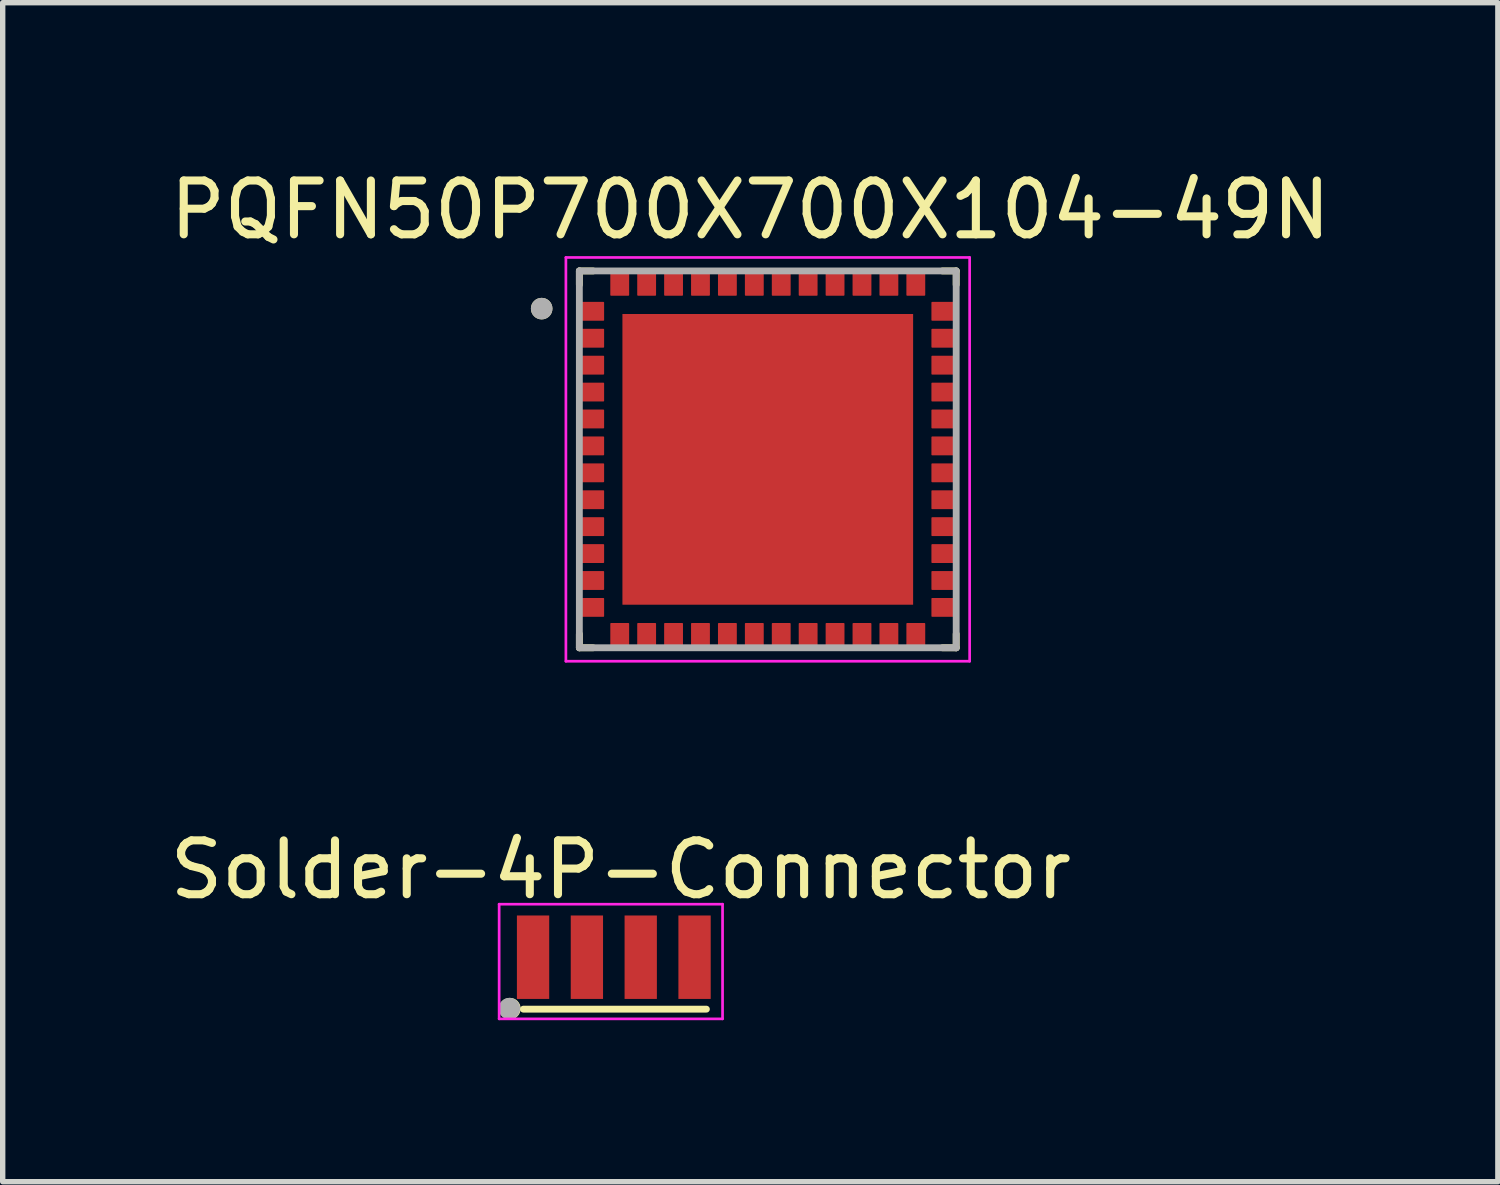
<source format=kicad_pcb>
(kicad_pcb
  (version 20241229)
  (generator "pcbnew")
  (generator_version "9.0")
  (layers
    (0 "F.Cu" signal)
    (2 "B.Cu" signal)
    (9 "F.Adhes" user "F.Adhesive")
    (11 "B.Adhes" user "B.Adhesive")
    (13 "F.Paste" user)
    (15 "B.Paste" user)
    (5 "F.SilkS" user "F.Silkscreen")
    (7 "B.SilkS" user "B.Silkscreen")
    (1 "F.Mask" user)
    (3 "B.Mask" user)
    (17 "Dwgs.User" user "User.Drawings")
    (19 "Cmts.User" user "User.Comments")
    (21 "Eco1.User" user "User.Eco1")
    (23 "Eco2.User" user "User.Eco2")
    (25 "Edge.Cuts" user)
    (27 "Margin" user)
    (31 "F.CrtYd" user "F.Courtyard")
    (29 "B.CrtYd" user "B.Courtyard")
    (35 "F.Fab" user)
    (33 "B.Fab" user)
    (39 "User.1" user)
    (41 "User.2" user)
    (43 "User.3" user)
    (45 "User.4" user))
  (footprint "Solder-4P-Connector"
    (layer "F.Cu")
    (at 8.322 14.716)
    (property "Reference" "Solder-4P-Connector" (at 0.16 -1.61 0) (layer "F.SilkS") (effects (font (size 1 1) (thickness 0.15))))
    (attr through_hole)
    (fp_line (start -1.65 0.98) (end 1.75 0.98) (stroke (width 0.127) (type solid)) (layer "F.SilkS"))
    (fp_circle (center -1.9 0.97) (end -1.8 0.97) (stroke (width 0.2) (type solid)) (fill no) (layer "F.SilkS"))
    (fp_line (start -2.1 -0.97) (end 2.05 -0.97) (stroke (width 0.05) (type solid)) (layer "F.CrtYd"))
    (fp_line (start -2.1 1.16) (end -2.1 -0.97) (stroke (width 0.05) (type solid)) (layer "F.CrtYd"))
    (fp_line (start 2.05 -0.97) (end 2.05 1.16) (stroke (width 0.05) (type solid)) (layer "F.CrtYd"))
    (fp_line (start 2.05 1.16) (end -2.1 1.16) (stroke (width 0.05) (type solid)) (layer "F.CrtYd"))
    (fp_circle (center -1.91 0.97) (end -1.81 0.97) (stroke (width 0.2) (type solid)) (fill no) (layer "F.Fab"))
    (pad "1" smd rect (at -1.47 0.015) (size 0.6 1.55) (layers "F.Cu" "F.Mask" "F.Paste"))
    (pad "2" smd rect (at -0.47 0.015) (size 0.6 1.55) (layers "F.Cu" "F.Mask" "F.Paste"))
    (pad "3" smd rect (at 0.53 0.015) (size 0.6 1.55) (layers "F.Cu" "F.Mask" "F.Paste"))
    (pad "4" smd rect (at 1.53 0.015) (size 0.6 1.55) (layers "F.Cu" "F.Mask" "F.Paste")))
  (footprint "PQFN50P700X700X104-49N"
    (layer "F.Cu")
    (at 11.212 5.483)
    (property "Reference" "PQFN50P700X700X104-49N" (at -0.325 -4.635 0) (layer "F.SilkS") (effects (font (size 1 1) (thickness 0.15))))
    (attr through_hole)
    (fp_line (start -3.5 -3.5) (end -3.245 -3.5) (stroke (width 0.127) (type solid)) (layer "F.SilkS"))
    (fp_line (start -3.5 -3.245) (end -3.5 -3.5) (stroke (width 0.127) (type solid)) (layer "F.SilkS"))
    (fp_line (start -3.5 3.245) (end -3.5 3.5) (stroke (width 0.127) (type solid)) (layer "F.SilkS"))
    (fp_line (start -3.5 3.5) (end -3.245 3.5) (stroke (width 0.127) (type solid)) (layer "F.SilkS"))
    (fp_line (start 3.5 -3.5) (end 3.245 -3.5) (stroke (width 0.127) (type solid)) (layer "F.SilkS"))
    (fp_line (start 3.5 -3.245) (end 3.5 -3.5) (stroke (width 0.127) (type solid)) (layer "F.SilkS"))
    (fp_line (start 3.5 3.245) (end 3.5 3.5) (stroke (width 0.127) (type solid)) (layer "F.SilkS"))
    (fp_line (start 3.5 3.5) (end 3.245 3.5) (stroke (width 0.127) (type solid)) (layer "F.SilkS"))
    (fp_circle (center -4.2 -2.8) (end -4.1 -2.8) (stroke (width 0.2) (type solid)) (fill no) (layer "F.SilkS"))
    (fp_poly (pts (xy -2.305 -2.305) (xy -0.395 -2.305) (xy -0.395 -0.395) (xy -2.305 -0.395)) (stroke (width 0.01) (type solid)) (fill yes) (layer "F.Paste"))
    (fp_poly (pts (xy -2.305 0.395) (xy -0.395 0.395) (xy -0.395 2.305) (xy -2.305 2.305)) (stroke (width 0.01) (type solid)) (fill yes) (layer "F.Paste"))
    (fp_poly (pts (xy 0.395 -2.305) (xy 2.305 -2.305) (xy 2.305 -0.395) (xy 0.395 -0.395)) (stroke (width 0.01) (type solid)) (fill yes) (layer "F.Paste"))
    (fp_poly (pts (xy 0.395 0.395) (xy 2.305 0.395) (xy 2.305 2.305) (xy 0.395 2.305)) (stroke (width 0.01) (type solid)) (fill yes) (layer "F.Paste"))
    (fp_line (start -3.75 -3.75) (end -3.75 3.75) (stroke (width 0.05) (type solid)) (layer "F.CrtYd"))
    (fp_line (start -3.75 3.75) (end 3.75 3.75) (stroke (width 0.05) (type solid)) (layer "F.CrtYd"))
    (fp_line (start 3.75 -3.75) (end -3.75 -3.75) (stroke (width 0.05) (type solid)) (layer "F.CrtYd"))
    (fp_line (start 3.75 3.75) (end 3.75 -3.75) (stroke (width 0.05) (type solid)) (layer "F.CrtYd"))
    (fp_line (start -3.5 -3.5) (end 3.5 -3.5) (stroke (width 0.127) (type solid)) (layer "F.Fab"))
    (fp_line (start -3.5 3.5) (end -3.5 -3.5) (stroke (width 0.127) (type solid)) (layer "F.Fab"))
    (fp_line (start 3.5 -3.5) (end 3.5 3.5) (stroke (width 0.127) (type solid)) (layer "F.Fab"))
    (fp_line (start 3.5 3.5) (end -3.5 3.5) (stroke (width 0.127) (type solid)) (layer "F.Fab"))
    (fp_circle (center -4.2 -2.8) (end -4.1 -2.8) (stroke (width 0.2) (type solid)) (fill no) (layer "F.Fab"))
    (pad "1" smd roundrect (at -3.265 -2.75 180) (size 0.45 0.35) (layers "F.Cu" "F.Mask" "F.Paste") (roundrect_rratio 0.04))
    (pad "2" smd roundrect (at -3.265 -2.25 180) (size 0.45 0.35) (layers "F.Cu" "F.Mask" "F.Paste") (roundrect_rratio 0.04))
    (pad "3" smd roundrect (at -3.265 -1.75 180) (size 0.45 0.35) (layers "F.Cu" "F.Mask" "F.Paste") (roundrect_rratio 0.04))
    (pad "4" smd roundrect (at -3.265 -1.25 180) (size 0.45 0.35) (layers "F.Cu" "F.Mask" "F.Paste") (roundrect_rratio 0.04))
    (pad "5" smd roundrect (at -3.265 -0.75 180) (size 0.45 0.35) (layers "F.Cu" "F.Mask" "F.Paste") (roundrect_rratio 0.04))
    (pad "6" smd roundrect (at -3.265 -0.25 180) (size 0.45 0.35) (layers "F.Cu" "F.Mask" "F.Paste") (roundrect_rratio 0.04))
    (pad "7" smd roundrect (at -3.265 0.25 180) (size 0.45 0.35) (layers "F.Cu" "F.Mask" "F.Paste") (roundrect_rratio 0.04))
    (pad "8" smd roundrect (at -3.265 0.75 180) (size 0.45 0.35) (layers "F.Cu" "F.Mask" "F.Paste") (roundrect_rratio 0.04))
    (pad "9" smd roundrect (at -3.265 1.25 180) (size 0.45 0.35) (layers "F.Cu" "F.Mask" "F.Paste") (roundrect_rratio 0.04))
    (pad "10" smd roundrect (at -3.265 1.75 180) (size 0.45 0.35) (layers "F.Cu" "F.Mask" "F.Paste") (roundrect_rratio 0.04))
    (pad "11" smd roundrect (at -3.265 2.25 180) (size 0.45 0.35) (layers "F.Cu" "F.Mask" "F.Paste") (roundrect_rratio 0.04))
    (pad "12" smd roundrect (at -3.265 2.75 180) (size 0.45 0.35) (layers "F.Cu" "F.Mask" "F.Paste") (roundrect_rratio 0.04))
    (pad "13" smd roundrect (at -2.75 3.265 270) (size 0.45 0.35) (layers "F.Cu" "F.Mask" "F.Paste") (roundrect_rratio 0.04))
    (pad "14" smd roundrect (at -2.25 3.265 270) (size 0.45 0.35) (layers "F.Cu" "F.Mask" "F.Paste") (roundrect_rratio 0.04))
    (pad "15" smd roundrect (at -1.75 3.265 270) (size 0.45 0.35) (layers "F.Cu" "F.Mask" "F.Paste") (roundrect_rratio 0.04))
    (pad "16" smd roundrect (at -1.25 3.265 270) (size 0.45 0.35) (layers "F.Cu" "F.Mask" "F.Paste") (roundrect_rratio 0.04))
    (pad "17" smd roundrect (at -0.75 3.265 270) (size 0.45 0.35) (layers "F.Cu" "F.Mask" "F.Paste") (roundrect_rratio 0.04))
    (pad "18" smd roundrect (at -0.25 3.265 270) (size 0.45 0.35) (layers "F.Cu" "F.Mask" "F.Paste") (roundrect_rratio 0.04))
    (pad "19" smd roundrect (at 0.25 3.265 270) (size 0.45 0.35) (layers "F.Cu" "F.Mask" "F.Paste") (roundrect_rratio 0.04))
    (pad "20" smd roundrect (at 0.75 3.265 270) (size 0.45 0.35) (layers "F.Cu" "F.Mask" "F.Paste") (roundrect_rratio 0.04))
    (pad "21" smd roundrect (at 1.25 3.265 270) (size 0.45 0.35) (layers "F.Cu" "F.Mask" "F.Paste") (roundrect_rratio 0.04))
    (pad "22" smd roundrect (at 1.75 3.265 270) (size 0.45 0.35) (layers "F.Cu" "F.Mask" "F.Paste") (roundrect_rratio 0.04))
    (pad "23" smd roundrect (at 2.25 3.265 270) (size 0.45 0.35) (layers "F.Cu" "F.Mask" "F.Paste") (roundrect_rratio 0.04))
    (pad "24" smd roundrect (at 2.75 3.265 270) (size 0.45 0.35) (layers "F.Cu" "F.Mask" "F.Paste") (roundrect_rratio 0.04))
    (pad "25" smd roundrect (at 3.265 2.75) (size 0.45 0.35) (layers "F.Cu" "F.Mask" "F.Paste") (roundrect_rratio 0.04))
    (pad "26" smd roundrect (at 3.265 2.25) (size 0.45 0.35) (layers "F.Cu" "F.Mask" "F.Paste") (roundrect_rratio 0.04))
    (pad "27" smd roundrect (at 3.265 1.75) (size 0.45 0.35) (layers "F.Cu" "F.Mask" "F.Paste") (roundrect_rratio 0.04))
    (pad "28" smd roundrect (at 3.265 1.25) (size 0.45 0.35) (layers "F.Cu" "F.Mask" "F.Paste") (roundrect_rratio 0.04))
    (pad "29" smd roundrect (at 3.265 0.75) (size 0.45 0.35) (layers "F.Cu" "F.Mask" "F.Paste") (roundrect_rratio 0.04))
    (pad "30" smd roundrect (at 3.265 0.25) (size 0.45 0.35) (layers "F.Cu" "F.Mask" "F.Paste") (roundrect_rratio 0.04))
    (pad "31" smd roundrect (at 3.265 -0.25) (size 0.45 0.35) (layers "F.Cu" "F.Mask" "F.Paste") (roundrect_rratio 0.04))
    (pad "32" smd roundrect (at 3.265 -0.75) (size 0.45 0.35) (layers "F.Cu" "F.Mask" "F.Paste") (roundrect_rratio 0.04))
    (pad "33" smd roundrect (at 3.265 -1.25) (size 0.45 0.35) (layers "F.Cu" "F.Mask" "F.Paste") (roundrect_rratio 0.04))
    (pad "34" smd roundrect (at 3.265 -1.75) (size 0.45 0.35) (layers "F.Cu" "F.Mask" "F.Paste") (roundrect_rratio 0.04))
    (pad "35" smd roundrect (at 3.265 -2.25) (size 0.45 0.35) (layers "F.Cu" "F.Mask" "F.Paste") (roundrect_rratio 0.04))
    (pad "36" smd roundrect (at 3.265 -2.75) (size 0.45 0.35) (layers "F.Cu" "F.Mask" "F.Paste") (roundrect_rratio 0.04))
    (pad "37" smd roundrect (at 2.75 -3.265 90) (size 0.45 0.35) (layers "F.Cu" "F.Mask" "F.Paste") (roundrect_rratio 0.04))
    (pad "38" smd roundrect (at 2.25 -3.265 90) (size 0.45 0.35) (layers "F.Cu" "F.Mask" "F.Paste") (roundrect_rratio 0.04))
    (pad "39" smd roundrect (at 1.75 -3.265 90) (size 0.45 0.35) (layers "F.Cu" "F.Mask" "F.Paste") (roundrect_rratio 0.04))
    (pad "40" smd roundrect (at 1.25 -3.265 90) (size 0.45 0.35) (layers "F.Cu" "F.Mask" "F.Paste") (roundrect_rratio 0.04))
    (pad "41" smd roundrect (at 0.75 -3.265 90) (size 0.45 0.35) (layers "F.Cu" "F.Mask" "F.Paste") (roundrect_rratio 0.04))
    (pad "42" smd roundrect (at 0.25 -3.265 90) (size 0.45 0.35) (layers "F.Cu" "F.Mask" "F.Paste") (roundrect_rratio 0.04))
    (pad "43" smd roundrect (at -0.25 -3.265 90) (size 0.45 0.35) (layers "F.Cu" "F.Mask" "F.Paste") (roundrect_rratio 0.04))
    (pad "44" smd roundrect (at -0.75 -3.265 90) (size 0.45 0.35) (layers "F.Cu" "F.Mask" "F.Paste") (roundrect_rratio 0.04))
    (pad "45" smd roundrect (at -1.25 -3.265 90) (size 0.45 0.35) (layers "F.Cu" "F.Mask" "F.Paste") (roundrect_rratio 0.04))
    (pad "46" smd roundrect (at -1.75 -3.265 90) (size 0.45 0.35) (layers "F.Cu" "F.Mask" "F.Paste") (roundrect_rratio 0.04))
    (pad "47" smd roundrect (at -2.25 -3.265 90) (size 0.45 0.35) (layers "F.Cu" "F.Mask" "F.Paste") (roundrect_rratio 0.04))
    (pad "48" smd roundrect (at -2.75 -3.265 90) (size 0.45 0.35) (layers "F.Cu" "F.Mask" "F.Paste") (roundrect_rratio 0.04))
    (pad "49" smd rect (at 0 0) (size 5.4 5.4) (layers "F.Cu" "F.Mask")))
  (gr_rect
    (start -3 -3)
    (end 24.774 18.901)
    (stroke (width 0.1) (type default))
    (fill no)
    (layer "Edge.Cuts")))
</source>
